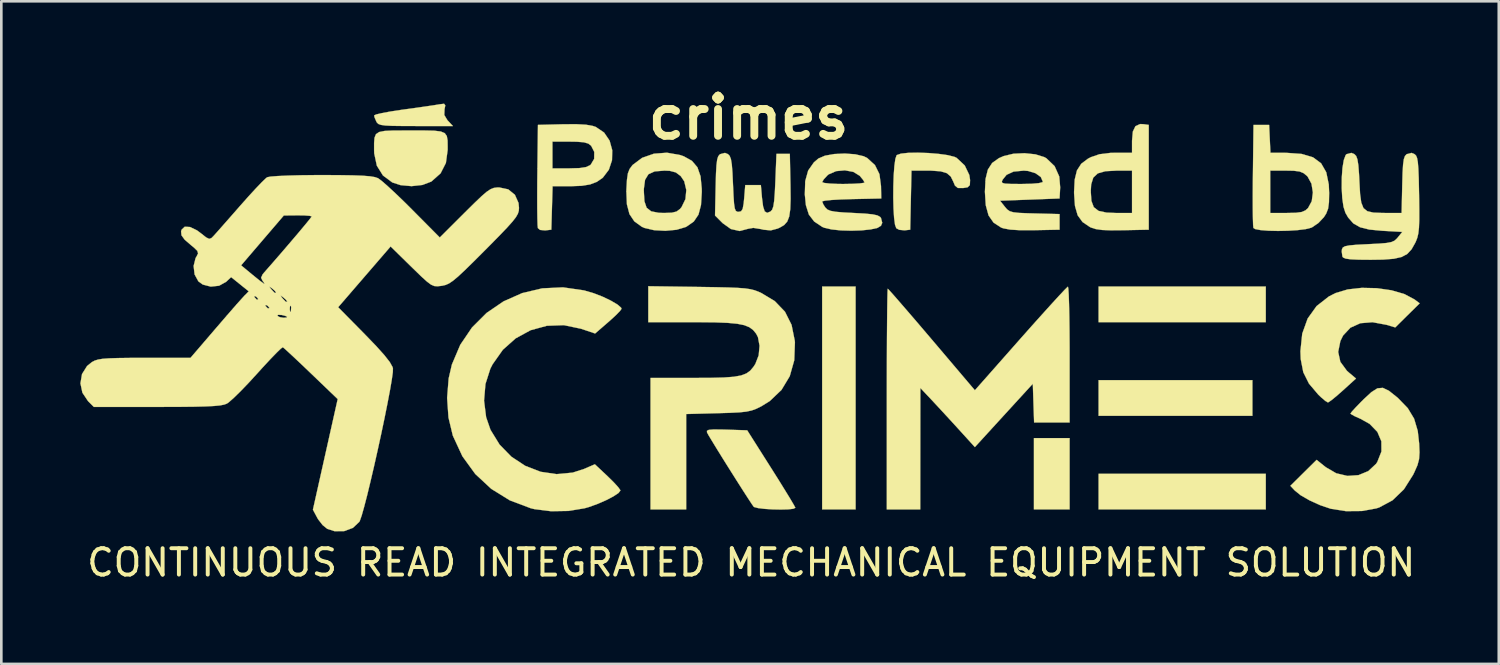
<source format=kicad_pcb>
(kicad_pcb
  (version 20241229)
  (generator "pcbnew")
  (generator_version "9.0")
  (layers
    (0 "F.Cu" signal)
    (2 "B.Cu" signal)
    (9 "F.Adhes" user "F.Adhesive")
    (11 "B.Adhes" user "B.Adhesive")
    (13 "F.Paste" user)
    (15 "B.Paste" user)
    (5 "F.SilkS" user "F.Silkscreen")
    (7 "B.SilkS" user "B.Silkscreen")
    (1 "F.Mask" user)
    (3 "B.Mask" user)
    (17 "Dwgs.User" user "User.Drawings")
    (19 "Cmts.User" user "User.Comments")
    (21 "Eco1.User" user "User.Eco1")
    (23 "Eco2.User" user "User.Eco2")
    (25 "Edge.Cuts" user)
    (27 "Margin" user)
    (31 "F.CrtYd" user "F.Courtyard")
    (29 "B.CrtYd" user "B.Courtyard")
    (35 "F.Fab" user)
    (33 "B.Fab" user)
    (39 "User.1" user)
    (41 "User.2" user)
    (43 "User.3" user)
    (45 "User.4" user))
  (footprint "crimes"
    (layer "F.Cu")
    (at 25.383 9.018)
    (property "Reference" "crimes" (at 0 -7.6 0) (layer "F.SilkS") (effects (font (size 1.524 1.524) (thickness 0.3))))
    (attr through_hole)
    (fp_poly (pts (xy 4.064 7.281) (xy 2.794 7.281) (xy 2.794 -1.185) (xy 4.064 -1.185) (xy 4.064 7.281)) (stroke (width 0.01) (type solid)) (fill yes) (layer "F.SilkS"))
    (fp_poly (pts (xy 12.192 7.281) (xy 10.837 7.281) (xy 10.837 4.572) (xy 12.192 4.572) (xy 12.192 7.281)) (stroke (width 0.01) (type solid)) (fill yes) (layer "F.SilkS"))
    (fp_poly (pts (xy 19.135 3.725) (xy 13.293 3.725) (xy 13.293 2.371) (xy 19.135 2.371) (xy 19.135 3.725)) (stroke (width 0.01) (type solid)) (fill yes) (layer "F.SilkS"))
    (fp_poly (pts (xy 19.643 0.169) (xy 13.293 0.169) (xy 13.293 -1.185) (xy 19.643 -1.185) (xy 19.643 0.169)) (stroke (width 0.01) (type solid)) (fill yes) (layer "F.SilkS"))
    (fp_poly (pts (xy 19.643 7.281) (xy 13.293 7.281) (xy 13.293 5.927) (xy 19.643 5.927) (xy 19.643 7.281)) (stroke (width 0.01) (type solid)) (fill yes) (layer "F.SilkS"))
    (fp_poly (pts (xy -11.52 -8.066) (xy -11.549 -7.918) (xy -11.558 -7.7) (xy -11.441 -7.505) (xy -11.42 -7.482) (xy -11.231 -7.281) (xy -12.64 -7.281) (xy -13.161 -7.283) (xy -13.538 -7.288) (xy -13.797 -7.301) (xy -13.963 -7.324) (xy -14.061 -7.36) (xy -14.116 -7.412) (xy -14.136 -7.445) (xy -14.207 -7.609) (xy -14.224 -7.683) (xy -14.145 -7.721) (xy -13.929 -7.772) (xy -13.606 -7.832) (xy -13.208 -7.893) (xy -13.102 -7.908) (xy -12.662 -7.968) (xy -12.264 -8.025) (xy -11.946 -8.072) (xy -11.751 -8.104) (xy -11.735 -8.107) (xy -11.566 -8.127) (xy -11.52 -8.066)) (stroke (width 0.01) (type solid)) (fill yes) (layer "F.SilkS"))
    (fp_poly (pts (xy -12.827 -7.112) (xy -12.311 -7.112) (xy -11.941 -7.104) (xy -11.692 -7.074) (xy -11.54 -7.011) (xy -11.462 -6.901) (xy -11.433 -6.732) (xy -11.43 -6.491) (xy -11.43 -6.374) (xy -11.497 -5.88) (xy -11.699 -5.484) (xy -12.042 -5.179) (xy -12.058 -5.169) (xy -12.39 -5.043) (xy -12.8 -4.998) (xy -13.217 -5.036) (xy -13.532 -5.138) (xy -13.887 -5.402) (xy -14.12 -5.775) (xy -14.22 -6.244) (xy -14.224 -6.363) (xy -14.224 -6.639) (xy -14.208 -6.838) (xy -14.153 -6.972) (xy -14.034 -7.053) (xy -13.827 -7.095) (xy -13.508 -7.11) (xy -13.053 -7.112) (xy -12.827 -7.112)) (stroke (width 0.01) (type solid)) (fill yes) (layer "F.SilkS"))
    (fp_poly (pts (xy -1.041 4.246) (xy -0.841 4.251) (xy -0.053 4.276) (xy 0.859 5.715) (xy 1.137 6.156) (xy 1.38 6.548) (xy 1.577 6.87) (xy 1.712 7.098) (xy 1.773 7.211) (xy 1.775 7.218) (xy 1.7 7.256) (xy 1.502 7.278) (xy 1.224 7.285) (xy 0.912 7.279) (xy 0.609 7.26) (xy 0.361 7.23) (xy 0.211 7.19) (xy 0.191 7.176) (xy 0.105 7.052) (xy -0.048 6.818) (xy -0.252 6.501) (xy -0.487 6.131) (xy -0.737 5.735) (xy -0.983 5.342) (xy -1.208 4.979) (xy -1.394 4.674) (xy -1.525 4.457) (xy -1.58 4.354) (xy -1.582 4.295) (xy -1.511 4.259) (xy -1.34 4.244) (xy -1.041 4.246)) (stroke (width 0.01) (type solid)) (fill yes) (layer "F.SilkS"))
    (fp_poly (pts (xy 6.828 -6.256) (xy 7.221 -6.223) (xy 7.566 -6.175) (xy 7.818 -6.111) (xy 7.898 -6.074) (xy 8.21 -5.782) (xy 8.383 -5.421) (xy 8.412 -5.23) (xy 8.403 -5.038) (xy 8.32 -4.955) (xy 8.147 -4.926) (xy 7.946 -4.929) (xy 7.837 -5.02) (xy 7.778 -5.161) (xy 7.679 -5.363) (xy 7.53 -5.491) (xy 7.294 -5.561) (xy 6.938 -5.587) (xy 6.781 -5.588) (xy 6.186 -5.588) (xy 6.138 -3.344) (xy 5.926 -3.32) (xy 5.722 -3.339) (xy 5.609 -3.4) (xy 5.561 -3.532) (xy 5.526 -3.794) (xy 5.504 -4.149) (xy 5.494 -4.561) (xy 5.497 -4.992) (xy 5.511 -5.406) (xy 5.537 -5.765) (xy 5.574 -6.033) (xy 5.623 -6.174) (xy 5.629 -6.179) (xy 5.786 -6.233) (xy 6.067 -6.263) (xy 6.428 -6.269) (xy 6.828 -6.256)) (stroke (width 0.01) (type solid)) (fill yes) (layer "F.SilkS"))
    (fp_poly (pts (xy 23.862 -1.122) (xy 24.418 -1.042) (xy 24.911 -0.898) (xy 25.292 -0.695) (xy 25.296 -0.692) (xy 25.488 -0.547) (xy 25.024 -0.09) (xy 24.561 0.368) (xy 24.23 0.269) (xy 23.697 0.17) (xy 23.235 0.208) (xy 22.858 0.378) (xy 22.58 0.675) (xy 22.476 0.885) (xy 22.393 1.299) (xy 22.475 1.675) (xy 22.722 2.012) (xy 22.801 2.083) (xy 23.07 2.309) (xy 22.57 2.763) (xy 22.328 2.976) (xy 22.132 3.135) (xy 22.015 3.214) (xy 22.002 3.217) (xy 21.908 3.162) (xy 21.743 3.021) (xy 21.636 2.919) (xy 21.283 2.501) (xy 21.068 2.071) (xy 20.971 1.574) (xy 20.959 1.27) (xy 21.028 0.603) (xy 21.234 0.03) (xy 21.573 -0.443) (xy 22.041 -0.809) (xy 22.3 -0.94) (xy 22.755 -1.075) (xy 23.291 -1.135) (xy 23.862 -1.122)) (stroke (width 0.01) (type solid)) (fill yes) (layer "F.SilkS"))
    (fp_poly (pts (xy 15.003 -7.351) (xy 15.198 -7.324) (xy 15.198 -3.344) (xy 14.224 -3.324) (xy 13.759 -3.32) (xy 13.426 -3.333) (xy 13.188 -3.367) (xy 13.008 -3.425) (xy 12.964 -3.445) (xy 12.683 -3.635) (xy 12.498 -3.891) (xy 12.396 -4.245) (xy 12.362 -4.727) (xy 12.362 -4.771) (xy 12.363 -4.8) (xy 12.996 -4.8) (xy 13.02 -4.439) (xy 13.11 -4.199) (xy 13.292 -4.058) (xy 13.593 -3.993) (xy 13.941 -3.979) (xy 14.563 -3.979) (xy 14.563 -5.588) (xy 13.979 -5.588) (xy 13.551 -5.565) (xy 13.263 -5.483) (xy 13.091 -5.322) (xy 13.011 -5.062) (xy 12.996 -4.8) (xy 12.363 -4.8) (xy 12.386 -5.247) (xy 12.471 -5.595) (xy 12.634 -5.848) (xy 12.89 -6.041) (xy 13 -6.098) (xy 13.329 -6.211) (xy 13.742 -6.261) (xy 13.954 -6.265) (xy 14.563 -6.265) (xy 14.563 -6.721) (xy 14.594 -7.071) (xy 14.694 -7.278) (xy 14.873 -7.357) (xy 15.003 -7.351)) (stroke (width 0.01) (type solid)) (fill yes) (layer "F.SilkS"))
    (fp_poly (pts (xy -6.175 -7.331) (xy -5.912 -7.283) (xy -5.805 -7.247) (xy -5.488 -7.033) (xy -5.279 -6.725) (xy -5.179 -6.362) (xy -5.188 -5.982) (xy -5.308 -5.621) (xy -5.538 -5.318) (xy -5.766 -5.16) (xy -6.021 -5.063) (xy -6.338 -5.011) (xy -6.767 -4.995) (xy -7.445 -4.995) (xy -7.469 -4.17) (xy -7.493 -3.344) (xy -7.726 -3.317) (xy -7.921 -3.335) (xy -8.003 -3.404) (xy -8.015 -3.519) (xy -8.023 -3.777) (xy -8.028 -4.152) (xy -8.029 -4.62) (xy -8.027 -5.153) (xy -8.024 -5.421) (xy -8.009 -6.689) (xy -7.451 -6.689) (xy -7.451 -5.673) (xy -6.801 -5.673) (xy -6.42 -5.684) (xy -6.171 -5.723) (xy -6.017 -5.796) (xy -5.997 -5.813) (xy -5.866 -6.034) (xy -5.862 -6.299) (xy -5.982 -6.534) (xy -6.091 -6.616) (xy -6.258 -6.664) (xy -6.527 -6.685) (xy -6.786 -6.689) (xy -7.451 -6.689) (xy -8.009 -6.689) (xy -8.001 -7.324) (xy -7.052 -7.348) (xy -6.545 -7.351) (xy -6.175 -7.331)) (stroke (width 0.01) (type solid)) (fill yes) (layer "F.SilkS"))
    (fp_poly (pts (xy 12.144 -1.1) (xy 12.159 -0.871) (xy 12.171 -0.514) (xy 12.181 -0.049) (xy 12.188 0.503) (xy 12.192 1.123) (xy 12.192 1.397) (xy 12.192 3.979) (xy 10.844 3.979) (xy 10.819 3.243) (xy 10.795 2.507) (xy 9.694 3.71) (xy 8.594 4.913) (xy 7.959 4.214) (xy 7.649 3.875) (xy 7.331 3.53) (xy 7.053 3.23) (xy 6.923 3.091) (xy 6.523 2.667) (xy 6.521 4.974) (xy 6.519 7.281) (xy 5.249 7.281) (xy 5.249 3.09) (xy 5.25 2.266) (xy 5.252 1.495) (xy 5.255 0.794) (xy 5.26 0.18) (xy 5.265 -0.333) (xy 5.271 -0.728) (xy 5.277 -0.988) (xy 5.284 -1.098) (xy 5.286 -1.101) (xy 5.347 -1.039) (xy 5.505 -0.863) (xy 5.743 -0.59) (xy 6.05 -0.235) (xy 6.412 0.186) (xy 6.813 0.657) (xy 6.958 0.827) (xy 8.594 2.755) (xy 10.329 0.791) (xy 10.76 0.305) (xy 11.157 -0.137) (xy 11.504 -0.521) (xy 11.788 -0.831) (xy 11.994 -1.051) (xy 12.11 -1.166) (xy 12.129 -1.179) (xy 12.144 -1.1)) (stroke (width 0.01) (type solid)) (fill yes) (layer "F.SilkS"))
    (fp_poly (pts (xy 24.318 2.772) (xy 24.611 3.005) (xy 24.67 3.056) (xy 25.036 3.434) (xy 25.276 3.832) (xy 25.415 4.299) (xy 25.467 4.764) (xy 25.482 5.116) (xy 25.465 5.371) (xy 25.405 5.598) (xy 25.286 5.868) (xy 25.238 5.967) (xy 24.89 6.517) (xy 24.457 6.934) (xy 23.952 7.205) (xy 23.843 7.241) (xy 23.292 7.341) (xy 22.687 7.346) (xy 22.116 7.256) (xy 22.098 7.251) (xy 21.7 7.116) (xy 21.304 6.936) (xy 20.964 6.74) (xy 20.746 6.564) (xy 20.577 6.384) (xy 21.574 5.398) (xy 21.921 5.676) (xy 22.319 5.908) (xy 22.745 6.008) (xy 23.163 5.979) (xy 23.537 5.825) (xy 23.832 5.549) (xy 23.879 5.478) (xy 24.036 5.081) (xy 24.033 4.692) (xy 23.881 4.335) (xy 23.587 4.032) (xy 23.241 3.839) (xy 23.02 3.74) (xy 22.883 3.662) (xy 22.86 3.638) (xy 22.916 3.562) (xy 23.065 3.399) (xy 23.279 3.179) (xy 23.36 3.098) (xy 23.655 2.825) (xy 23.883 2.681) (xy 24.09 2.663) (xy 24.318 2.772)) (stroke (width 0.01) (type solid)) (fill yes) (layer "F.SilkS"))
    (fp_poly (pts (xy 19.795 -6.795) (xy 19.82 -6.265) (xy 20.43 -6.263) (xy 21.003 -6.222) (xy 21.437 -6.093) (xy 21.745 -5.865) (xy 21.94 -5.525) (xy 22.036 -5.061) (xy 22.05 -4.74) (xy 22.043 -4.385) (xy 22.01 -4.142) (xy 21.938 -3.956) (xy 21.851 -3.82) (xy 21.646 -3.602) (xy 21.404 -3.436) (xy 21.368 -3.419) (xy 21.161 -3.366) (xy 20.856 -3.328) (xy 20.493 -3.305) (xy 20.11 -3.297) (xy 19.747 -3.305) (xy 19.443 -3.329) (xy 19.239 -3.368) (xy 19.173 -3.41) (xy 19.162 -3.523) (xy 19.154 -3.779) (xy 19.149 -4.153) (xy 19.148 -4.62) (xy 19.151 -5.152) (xy 19.154 -5.421) (xy 19.156 -5.588) (xy 19.812 -5.588) (xy 19.812 -3.979) (xy 20.444 -3.979) (xy 20.785 -3.986) (xy 21.003 -4.015) (xy 21.147 -4.076) (xy 21.248 -4.165) (xy 21.389 -4.426) (xy 21.432 -4.757) (xy 21.379 -5.091) (xy 21.232 -5.36) (xy 21.213 -5.38) (xy 21.079 -5.492) (xy 20.925 -5.555) (xy 20.698 -5.583) (xy 20.409 -5.588) (xy 19.812 -5.588) (xy 19.156 -5.588) (xy 19.177 -7.324) (xy 19.77 -7.324) (xy 19.795 -6.795)) (stroke (width 0.01) (type solid)) (fill yes) (layer "F.SilkS"))
    (fp_poly (pts (xy -1.884 -1.17) (xy -1.257 -1.16) (xy -0.775 -1.149) (xy -0.41 -1.134) (xy -0.139 -1.114) (xy 0.064 -1.084) (xy 0.226 -1.044) (xy 0.37 -0.99) (xy 0.466 -0.948) (xy 0.996 -0.63) (xy 1.382 -0.228) (xy 1.632 0.271) (xy 1.754 0.876) (xy 1.759 0.938) (xy 1.734 1.615) (xy 1.563 2.22) (xy 1.25 2.74) (xy 0.804 3.165) (xy 0.477 3.367) (xy 0.291 3.458) (xy 0.115 3.522) (xy -0.087 3.566) (xy -0.352 3.594) (xy -0.717 3.612) (xy -1.164 3.625) (xy -2.371 3.657) (xy -2.371 7.281) (xy -3.725 7.281) (xy -3.725 2.286) (xy -2.07 2.286) (xy -1.429 2.283) (xy -0.934 2.27) (xy -0.561 2.242) (xy -0.286 2.193) (xy -0.086 2.117) (xy 0.062 2.011) (xy 0.183 1.867) (xy 0.257 1.753) (xy 0.383 1.428) (xy 0.416 1.066) (xy 0.355 0.737) (xy 0.285 0.603) (xy 0.171 0.465) (xy 0.028 0.36) (xy -0.164 0.282) (xy -0.43 0.229) (xy -0.79 0.195) (xy -1.267 0.176) (xy -1.884 0.17) (xy -2.114 0.169) (xy -3.81 0.169) (xy -3.81 -1.197) (xy -1.884 -1.17)) (stroke (width 0.01) (type solid)) (fill yes) (layer "F.SilkS"))
    (fp_poly (pts (xy -2.598 -6.179) (xy -2.459 -6.13) (xy -2.151 -5.958) (xy -1.944 -5.714) (xy -1.825 -5.371) (xy -1.78 -4.901) (xy -1.778 -4.774) (xy -1.808 -4.28) (xy -1.904 -3.917) (xy -2.081 -3.655) (xy -2.353 -3.464) (xy -2.395 -3.443) (xy -2.739 -3.341) (xy -3.16 -3.302) (xy -3.588 -3.325) (xy -3.954 -3.41) (xy -4.059 -3.457) (xy -4.341 -3.662) (xy -4.525 -3.936) (xy -4.622 -4.307) (xy -4.643 -4.803) (xy -4.643 -4.807) (xy -3.979 -4.807) (xy -3.957 -4.423) (xy -3.873 -4.177) (xy -3.7 -4.041) (xy -3.413 -3.985) (xy -3.21 -3.979) (xy -2.918 -3.989) (xy -2.737 -4.033) (xy -2.608 -4.129) (xy -2.546 -4.202) (xy -2.399 -4.505) (xy -2.366 -4.852) (xy -2.444 -5.181) (xy -2.578 -5.38) (xy -2.764 -5.519) (xy -2.996 -5.58) (xy -3.195 -5.588) (xy -3.568 -5.558) (xy -3.805 -5.45) (xy -3.933 -5.238) (xy -3.978 -4.897) (xy -3.979 -4.807) (xy -4.643 -4.807) (xy -4.64 -4.883) (xy -4.62 -5.243) (xy -4.585 -5.482) (xy -4.521 -5.648) (xy -4.418 -5.787) (xy -4.403 -5.804) (xy -4.045 -6.073) (xy -3.597 -6.23) (xy -3.101 -6.268) (xy -2.598 -6.179)) (stroke (width 0.01) (type solid)) (fill yes) (layer "F.SilkS"))
    (fp_poly (pts (xy 10.894 -6.206) (xy 11.231 -6.101) (xy 11.31 -6.057) (xy 11.623 -5.757) (xy 11.799 -5.364) (xy 11.834 -4.953) (xy 11.811 -4.53) (xy 10.681 -4.487) (xy 9.551 -4.445) (xy 9.733 -4.215) (xy 9.819 -4.115) (xy 9.914 -4.048) (xy 10.052 -4.006) (xy 10.269 -3.982) (xy 10.599 -3.968) (xy 10.862 -3.961) (xy 11.811 -3.937) (xy 11.811 -3.344) (xy 10.837 -3.325) (xy 10.314 -3.324) (xy 9.935 -3.347) (xy 9.674 -3.396) (xy 9.59 -3.426) (xy 9.305 -3.611) (xy 9.114 -3.885) (xy 9.008 -4.272) (xy 8.975 -4.784) (xy 8.995 -5.17) (xy 9.618 -5.17) (xy 9.638 -5.121) (xy 9.74 -5.094) (xy 9.95 -5.083) (xy 10.298 -5.08) (xy 10.369 -5.08) (xy 10.749 -5.088) (xy 11.022 -5.112) (xy 11.163 -5.148) (xy 11.176 -5.165) (xy 11.099 -5.344) (xy 10.897 -5.489) (xy 10.614 -5.575) (xy 10.451 -5.588) (xy 10.061 -5.55) (xy 9.798 -5.428) (xy 9.651 -5.247) (xy 9.618 -5.17) (xy 8.995 -5.17) (xy 9 -5.271) (xy 9.087 -5.625) (xy 9.25 -5.878) (xy 9.507 -6.061) (xy 9.688 -6.14) (xy 10.058 -6.229) (xy 10.482 -6.249) (xy 10.894 -6.206)) (stroke (width 0.01) (type solid)) (fill yes) (layer "F.SilkS"))
    (fp_poly (pts (xy -0.783 -6.214) (xy -0.719 -6.148) (xy -0.672 -6.028) (xy -0.638 -5.823) (xy -0.613 -5.505) (xy -0.593 -5.071) (xy -0.573 -4.634) (xy -0.553 -4.338) (xy -0.526 -4.156) (xy -0.488 -4.062) (xy -0.431 -4.026) (xy -0.381 -4.022) (xy -0.284 -4.044) (xy -0.225 -4.137) (xy -0.188 -4.339) (xy -0.169 -4.53) (xy -0.127 -5.038) (xy 0.466 -5.038) (xy 0.508 -4.557) (xy 0.551 -4.223) (xy 0.612 -4.039) (xy 0.705 -3.984) (xy 0.83 -4.034) (xy 0.893 -4.1) (xy 0.939 -4.227) (xy 0.972 -4.442) (xy 0.997 -4.773) (xy 1.016 -5.174) (xy 1.058 -6.223) (xy 1.566 -6.223) (xy 1.59 -5.048) (xy 1.596 -4.513) (xy 1.582 -4.121) (xy 1.542 -3.843) (xy 1.467 -3.652) (xy 1.349 -3.52) (xy 1.18 -3.421) (xy 1.097 -3.385) (xy 0.844 -3.318) (xy 0.572 -3.342) (xy 0.479 -3.365) (xy 0.18 -3.413) (xy -0.013 -3.38) (xy -0.339 -3.294) (xy -0.673 -3.369) (xy -0.985 -3.592) (xy -1.275 -3.883) (xy -1.251 -5.001) (xy -1.239 -5.467) (xy -1.221 -5.791) (xy -1.194 -6.003) (xy -1.155 -6.13) (xy -1.098 -6.201) (xy -1.079 -6.213) (xy -0.897 -6.261) (xy -0.783 -6.214)) (stroke (width 0.01) (type solid)) (fill yes) (layer "F.SilkS"))
    (fp_poly (pts (xy -6.249 -1.038) (xy -5.877 -0.929) (xy -5.536 -0.796) (xy -5.225 -0.646) (xy -4.982 -0.502) (xy -4.844 -0.383) (xy -4.826 -0.34) (xy -4.886 -0.256) (xy -5.044 -0.094) (xy -5.27 0.113) (xy -5.328 0.164) (xy -5.83 0.599) (xy -6.365 0.418) (xy -7.017 0.282) (xy -7.663 0.305) (xy -8.281 0.474) (xy -8.846 0.782) (xy -9.334 1.216) (xy -9.723 1.767) (xy -9.809 1.935) (xy -9.995 2.517) (xy -10.048 3.15) (xy -9.969 3.779) (xy -9.804 4.256) (xy -9.458 4.819) (xy -9.008 5.28) (xy -8.48 5.627) (xy -7.899 5.851) (xy -7.292 5.94) (xy -6.683 5.883) (xy -6.259 5.746) (xy -5.839 5.566) (xy -5.354 6.021) (xy -5.125 6.247) (xy -4.954 6.434) (xy -4.872 6.549) (xy -4.868 6.562) (xy -4.942 6.657) (xy -5.138 6.787) (xy -5.418 6.933) (xy -5.744 7.074) (xy -6.076 7.193) (xy -6.225 7.236) (xy -6.841 7.338) (xy -7.505 7.349) (xy -8.132 7.27) (xy -8.276 7.235) (xy -9.068 6.937) (xy -9.775 6.499) (xy -10.381 5.936) (xy -10.871 5.261) (xy -11.229 4.489) (xy -11.236 4.471) (xy -11.399 3.79) (xy -11.451 3.046) (xy -11.392 2.305) (xy -11.27 1.778) (xy -10.951 1.027) (xy -10.505 0.37) (xy -9.951 -0.183) (xy -9.309 -0.621) (xy -8.599 -0.936) (xy -7.839 -1.116) (xy -7.049 -1.154) (xy -6.249 -1.038)) (stroke (width 0.01) (type solid)) (fill yes) (layer "F.SilkS"))
    (fp_poly (pts (xy 4.047 -6.208) (xy 4.369 -6.134) (xy 4.503 -6.069) (xy 4.8 -5.796) (xy 4.97 -5.452) (xy 5.029 -5.002) (xy 5.029 -5.001) (xy 5.038 -4.53) (xy 3.916 -4.506) (xy 3.502 -4.493) (xy 3.157 -4.473) (xy 2.912 -4.448) (xy 2.798 -4.422) (xy 2.794 -4.416) (xy 2.839 -4.303) (xy 2.914 -4.186) (xy 2.989 -4.112) (xy 3.11 -4.06) (xy 3.309 -4.024) (xy 3.618 -3.998) (xy 3.985 -3.979) (xy 4.415 -3.956) (xy 4.706 -3.927) (xy 4.888 -3.888) (xy 4.991 -3.833) (xy 5.028 -3.789) (xy 5.076 -3.606) (xy 5.028 -3.493) (xy 4.894 -3.412) (xy 4.633 -3.354) (xy 4.287 -3.318) (xy 3.897 -3.306) (xy 3.504 -3.317) (xy 3.151 -3.354) (xy 2.877 -3.417) (xy 2.8 -3.449) (xy 2.491 -3.655) (xy 2.289 -3.918) (xy 2.176 -4.274) (xy 2.135 -4.682) (xy 2.15 -5.15) (xy 2.794 -5.15) (xy 2.873 -5.12) (xy 3.084 -5.096) (xy 3.39 -5.082) (xy 3.598 -5.08) (xy 3.944 -5.086) (xy 4.215 -5.101) (xy 4.375 -5.123) (xy 4.403 -5.138) (xy 4.35 -5.234) (xy 4.224 -5.387) (xy 4.219 -5.392) (xy 3.977 -5.54) (xy 3.656 -5.599) (xy 3.323 -5.568) (xy 3.043 -5.447) (xy 2.99 -5.404) (xy 2.853 -5.255) (xy 2.794 -5.152) (xy 2.794 -5.15) (xy 2.15 -5.15) (xy 2.152 -5.195) (xy 2.262 -5.59) (xy 2.478 -5.899) (xy 2.652 -6.048) (xy 2.901 -6.155) (xy 3.255 -6.218) (xy 3.656 -6.236) (xy 4.047 -6.208)) (stroke (width 0.01) (type solid)) (fill yes) (layer "F.SilkS"))
    (fp_poly (pts (xy 25.294 -6.213) (xy 25.349 -6.162) (xy 25.389 -6.069) (xy 25.418 -5.911) (xy 25.438 -5.663) (xy 25.453 -5.3) (xy 25.463 -4.798) (xy 25.466 -4.657) (xy 25.472 -4.115) (xy 25.472 -3.712) (xy 25.461 -3.418) (xy 25.437 -3.204) (xy 25.399 -3.04) (xy 25.344 -2.897) (xy 25.319 -2.844) (xy 25.18 -2.599) (xy 25.018 -2.424) (xy 24.804 -2.308) (xy 24.507 -2.24) (xy 24.097 -2.208) (xy 23.627 -2.201) (xy 23.175 -2.205) (xy 22.867 -2.219) (xy 22.676 -2.246) (xy 22.579 -2.289) (xy 22.554 -2.323) (xy 22.528 -2.511) (xy 22.536 -2.599) (xy 22.568 -2.666) (xy 22.652 -2.714) (xy 22.817 -2.747) (xy 23.093 -2.772) (xy 23.508 -2.793) (xy 23.525 -2.794) (xy 23.944 -2.815) (xy 24.229 -2.839) (xy 24.413 -2.874) (xy 24.533 -2.927) (xy 24.621 -3.007) (xy 24.656 -3.048) (xy 24.827 -3.26) (xy 24.06 -3.303) (xy 23.576 -3.349) (xy 23.223 -3.437) (xy 22.967 -3.584) (xy 22.772 -3.806) (xy 22.668 -3.985) (xy 22.595 -4.215) (xy 22.548 -4.542) (xy 22.527 -4.924) (xy 22.53 -5.32) (xy 22.556 -5.689) (xy 22.606 -5.988) (xy 22.677 -6.178) (xy 22.712 -6.214) (xy 22.895 -6.261) (xy 23.008 -6.214) (xy 23.076 -6.144) (xy 23.124 -6.014) (xy 23.159 -5.793) (xy 23.185 -5.452) (xy 23.199 -5.17) (xy 23.225 -4.7) (xy 23.27 -4.374) (xy 23.354 -4.164) (xy 23.5 -4.046) (xy 23.729 -3.993) (xy 24.062 -3.98) (xy 24.186 -3.979) (xy 24.802 -3.979) (xy 24.826 -5.05) (xy 24.839 -5.504) (xy 24.858 -5.819) (xy 24.886 -6.021) (xy 24.929 -6.142) (xy 24.99 -6.208) (xy 24.998 -6.214) (xy 25.18 -6.261) (xy 25.294 -6.213)) (stroke (width 0.01) (type solid)) (fill yes) (layer "F.SilkS"))
    (fp_poly (pts (xy -15.553 -5.416) (xy -15.04 -5.408) (xy -14.656 -5.394) (xy -14.381 -5.372) (xy -14.194 -5.341) (xy -14.076 -5.3) (xy -14.072 -5.298) (xy -13.938 -5.199) (xy -13.711 -5.001) (xy -13.415 -4.727) (xy -13.074 -4.399) (xy -12.786 -4.112) (xy -11.729 -3.048) (xy -10.776 -3.999) (xy -10.414 -4.357) (xy -10.147 -4.612) (xy -9.951 -4.781) (xy -9.802 -4.881) (xy -9.676 -4.931) (xy -9.548 -4.948) (xy -9.474 -4.949) (xy -9.13 -4.876) (xy -8.877 -4.671) (xy -8.739 -4.36) (xy -8.721 -4.171) (xy -8.729 -4.061) (xy -8.763 -3.95) (xy -8.838 -3.819) (xy -8.969 -3.651) (xy -9.171 -3.425) (xy -9.458 -3.125) (xy -9.846 -2.731) (xy -10.015 -2.561) (xy -10.448 -2.128) (xy -10.781 -1.802) (xy -11.034 -1.566) (xy -11.227 -1.405) (xy -11.378 -1.303) (xy -11.507 -1.246) (xy -11.632 -1.216) (xy -11.667 -1.211) (xy -11.815 -1.195) (xy -11.938 -1.204) (xy -12.062 -1.257) (xy -12.216 -1.372) (xy -12.429 -1.565) (xy -12.728 -1.855) (xy -12.81 -1.935) (xy -13.597 -2.707) (xy -15.589 -0.399) (xy -14.578 0.626) (xy -14.146 1.074) (xy -13.833 1.423) (xy -13.628 1.685) (xy -13.524 1.872) (xy -13.509 1.921) (xy -13.513 2.068) (xy -13.553 2.356) (xy -13.622 2.758) (xy -13.716 3.252) (xy -13.828 3.811) (xy -13.954 4.412) (xy -14.089 5.03) (xy -14.226 5.64) (xy -14.361 6.217) (xy -14.487 6.738) (xy -14.601 7.178) (xy -14.695 7.511) (xy -14.766 7.714) (xy -14.785 7.751) (xy -15.029 7.981) (xy -15.36 8.104) (xy -15.724 8.108) (xy -16.002 8.019) (xy -16.18 7.875) (xy -16.351 7.654) (xy -16.381 7.602) (xy -16.548 7.291) (xy -15.607 3.09) (xy -16.621 2.117) (xy -16.962 1.791) (xy -17.261 1.509) (xy -17.497 1.29) (xy -17.648 1.154) (xy -17.692 1.12) (xy -17.764 1.172) (xy -17.929 1.331) (xy -18.165 1.575) (xy -18.453 1.885) (xy -18.663 2.117) (xy -18.99 2.474) (xy -19.297 2.793) (xy -19.559 3.049) (xy -19.749 3.216) (xy -19.817 3.262) (xy -19.92 3.3) (xy -20.076 3.33) (xy -20.306 3.352) (xy -20.628 3.368) (xy -21.06 3.379) (xy -21.62 3.385) (xy -22.328 3.387) (xy -22.463 3.387) (xy -24.869 3.387) (xy -25.09 3.166) (xy -25.303 2.848) (xy -25.378 2.492) (xy -25.318 2.139) (xy -25.127 1.834) (xy -24.941 1.684) (xy -24.837 1.629) (xy -24.71 1.589) (xy -24.535 1.56) (xy -24.288 1.542) (xy -23.943 1.531) (xy -23.476 1.525) (xy -22.939 1.524) (xy -21.198 1.524) (xy -20.272 0.445) (xy -19.95 0.071) (xy -19.826 -0.072) (xy -17.899 -0.072) (xy -17.806 -0.022) (xy -17.659 0.001) (xy -17.544 -0.01) (xy -17.526 -0.032) (xy -17.598 -0.071) (xy -17.735 -0.105) (xy -17.874 -0.111) (xy -17.899 -0.072) (xy -19.826 -0.072) (xy -19.654 -0.27) (xy -19.594 -0.339) (xy -17.428 -0.339) (xy -17.415 -0.218) (xy -17.385 -0.233) (xy -17.374 -0.406) (xy -17.385 -0.445) (xy -17.416 -0.455) (xy -17.428 -0.339) (xy -19.594 -0.339) (xy -19.467 -0.484) (xy -18.359 -0.484) (xy -18.338 -0.436) (xy -18.253 -0.346) (xy -18.204 -0.364) (xy -18.203 -0.376) (xy -18.263 -0.448) (xy -18.301 -0.474) (xy -18.359 -0.484) (xy -19.467 -0.484) (xy -19.407 -0.552) (xy -19.231 -0.748) (xy -19.166 -0.819) (xy -19.163 -0.822) (xy -18.782 -0.822) (xy -18.762 -0.775) (xy -18.677 -0.684) (xy -18.627 -0.703) (xy -18.627 -0.715) (xy -18.687 -0.786) (xy -18.724 -0.812) (xy -18.782 -0.822) (xy -19.163 -0.822) (xy -19.139 -0.846) (xy -17.774 -0.846) (xy -17.753 -0.802) (xy -17.706 -0.741) (xy -17.583 -0.609) (xy -17.527 -0.61) (xy -17.526 -0.625) (xy -17.584 -0.695) (xy -17.674 -0.773) (xy -17.774 -0.846) (xy -19.139 -0.846) (xy -18.985 -1.004) (xy -19.211 -1.185) (xy -18.198 -1.185) (xy -18.177 -1.141) (xy -18.129 -1.079) (xy -18.006 -0.948) (xy -17.951 -0.948) (xy -17.949 -0.963) (xy -18.007 -1.034) (xy -18.098 -1.111) (xy -18.198 -1.185) (xy -19.211 -1.185) (xy -19.32 -1.273) (xy -19.655 -1.542) (xy -19.845 -1.364) (xy -20.111 -1.216) (xy -20.428 -1.182) (xy -20.73 -1.26) (xy -20.898 -1.381) (xy -21.042 -1.644) (xy -21.079 -1.965) (xy -21.073 -1.99) (xy -19.275 -1.99) (xy -18.845 -1.634) (xy -18.575 -1.415) (xy -18.424 -1.303) (xy -18.381 -1.29) (xy -18.438 -1.373) (xy -18.459 -1.399) (xy -18.517 -1.518) (xy -18.458 -1.649) (xy -18.401 -1.717) (xy -18.061 -2.105) (xy -17.718 -2.5) (xy -17.391 -2.882) (xy -17.097 -3.227) (xy -16.856 -3.516) (xy -16.684 -3.726) (xy -16.6 -3.837) (xy -16.595 -3.848) (xy -16.672 -3.871) (xy -16.873 -3.886) (xy -17.124 -3.889) (xy -17.653 -3.884) (xy -18.464 -2.937) (xy -19.275 -1.99) (xy -21.073 -1.99) (xy -21.005 -2.265) (xy -20.966 -2.331) (xy -20.91 -2.442) (xy -20.939 -2.541) (xy -21.074 -2.672) (xy -21.173 -2.752) (xy -21.42 -2.966) (xy -21.54 -3.131) (xy -21.555 -3.281) (xy -21.536 -3.344) (xy -21.417 -3.456) (xy -21.214 -3.446) (xy -20.953 -3.32) (xy -20.798 -3.205) (xy -20.603 -3.051) (xy -20.487 -2.995) (xy -20.402 -3.026) (xy -20.327 -3.1) (xy -20.221 -3.218) (xy -20.027 -3.437) (xy -19.768 -3.731) (xy -19.468 -4.073) (xy -19.306 -4.258) (xy -18.996 -4.607) (xy -18.713 -4.915) (xy -18.483 -5.155) (xy -18.327 -5.304) (xy -18.282 -5.337) (xy -18.155 -5.361) (xy -17.884 -5.382) (xy -17.494 -5.399) (xy -17.012 -5.412) (xy -16.463 -5.418) (xy -16.215 -5.419) (xy -15.553 -5.416)) (stroke (width 0.01) (type solid)) (fill yes) (layer "F.SilkS"))
    (fp_text user "CONTINUOUS READ INTEGRATED MECHANICAL EQUIPMENT SOLUTION" (at 0.1 9.3 0) (layer "F.SilkS") (effects (font (size 1 1) (thickness 0.15)))))
  (gr_rect
    (start -3 -3)
    (end 53.876 22.166)
    (stroke (width 0.1) (type default))
    (fill no)
    (layer "Edge.Cuts")))
</source>
